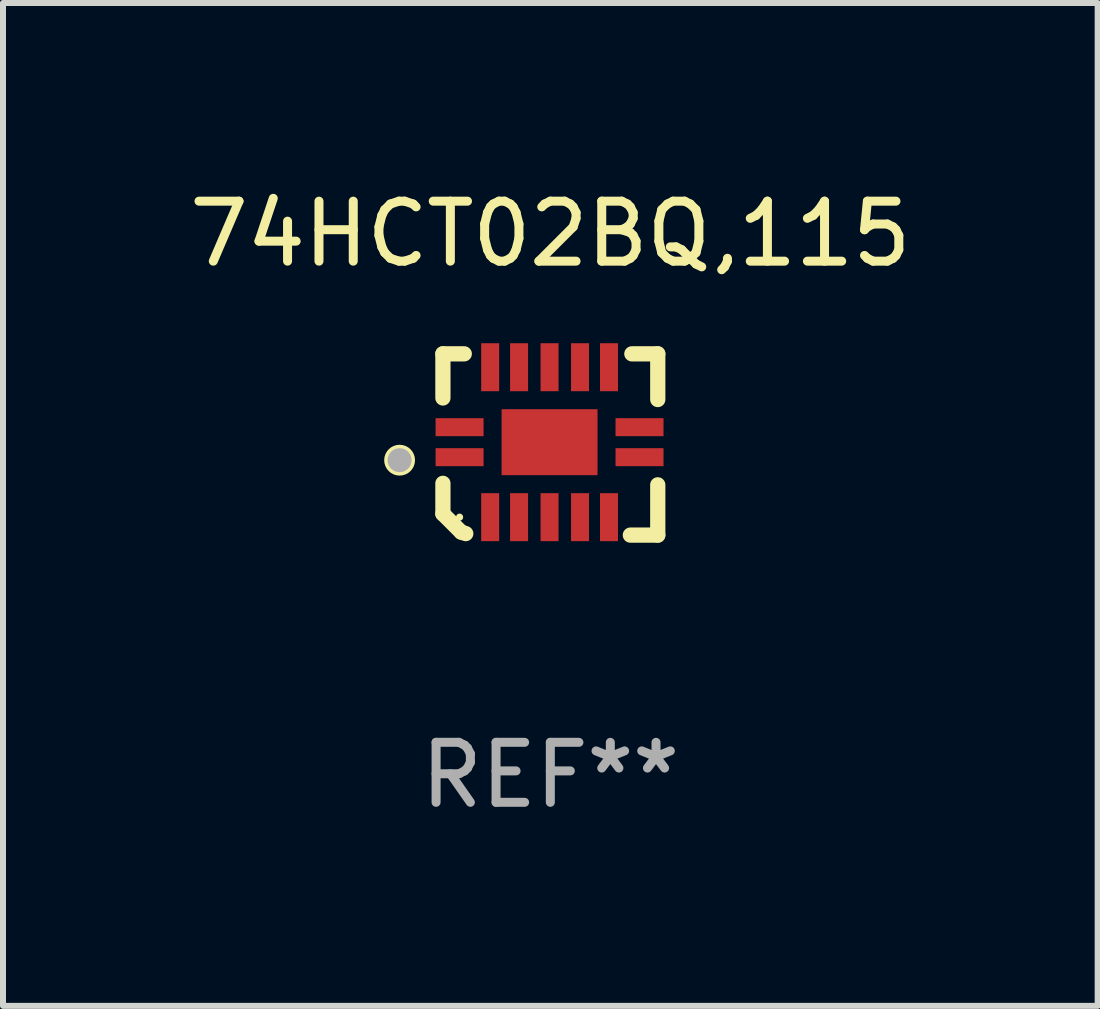
<source format=kicad_pcb>
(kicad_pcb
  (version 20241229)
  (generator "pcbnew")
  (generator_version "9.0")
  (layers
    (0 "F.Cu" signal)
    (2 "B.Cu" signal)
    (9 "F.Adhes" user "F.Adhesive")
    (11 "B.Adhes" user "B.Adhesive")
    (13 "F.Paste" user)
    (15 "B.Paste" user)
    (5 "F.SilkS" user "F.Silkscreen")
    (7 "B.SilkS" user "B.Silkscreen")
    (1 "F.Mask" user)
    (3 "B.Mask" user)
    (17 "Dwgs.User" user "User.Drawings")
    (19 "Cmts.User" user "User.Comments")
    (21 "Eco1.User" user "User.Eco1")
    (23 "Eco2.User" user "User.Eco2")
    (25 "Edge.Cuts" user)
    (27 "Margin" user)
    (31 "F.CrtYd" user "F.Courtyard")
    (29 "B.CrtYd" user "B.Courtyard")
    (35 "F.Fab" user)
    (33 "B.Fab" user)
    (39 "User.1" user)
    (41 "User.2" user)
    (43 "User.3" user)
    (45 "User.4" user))
  (footprint "74HCT02BQ,115"
    (layer "F.Cu")
    (at 6.125 4.36)
    (property "Reference" "74HCT02BQ,115" (at 0 -3.511 0) (layer "F.SilkS") (effects (font (size 1 1) (thickness 0.15))))
    (attr through_hole)
    (fp_line (start -1.791 -1.511) (end -1.435 -1.511) (stroke (width 0.254) (type solid)) (layer "F.SilkS"))
    (fp_line (start -1.791 -0.775) (end -1.791 -1.511) (stroke (width 0.254) (type solid)) (layer "F.SilkS"))
    (fp_line (start -1.791 1.156) (end -1.791 0.648) (stroke (width 0.254) (type solid)) (layer "F.SilkS"))
    (fp_line (start -1.486 1.461) (end -1.791 1.156) (stroke (width 0.254) (type solid)) (layer "F.SilkS"))
    (fp_line (start -1.41 1.486) (end -1.486 1.461) (stroke (width 0.254) (type solid)) (layer "F.SilkS"))
    (fp_line (start 1.334 1.511) (end 1.791 1.511) (stroke (width 0.254) (type solid)) (layer "F.SilkS"))
    (fp_line (start 1.791 -1.511) (end 1.359 -1.511) (stroke (width 0.254) (type solid)) (layer "F.SilkS"))
    (fp_line (start 1.791 -0.749) (end 1.791 -1.511) (stroke (width 0.254) (type solid)) (layer "F.SilkS"))
    (fp_line (start 1.791 1.511) (end 1.791 0.673) (stroke (width 0.254) (type solid)) (layer "F.SilkS"))
    (fp_circle (center -2.513 0.262) (end -2.383 0.262) (stroke (width 0.254) (type solid)) (fill no) (layer "F.SilkS"))
    (fp_circle (center -1.513 1.212) (end -1.483 1.212) (stroke (width 0.06) (type solid)) (fill no) (layer "F.SilkS"))
    (fp_circle (center -2.513 0.262) (end -2.413 0.262) (stroke (width 0.2) (type solid)) (fill no) (layer "F.Fab"))
    (fp_text user "REF**" (at 0 5.511 0) (layer "F.Fab") (effects (font (size 1 1) (thickness 0.15))))
    (pad "1" smd rect (at -1.513 0.212) (size 0.8 0.3) (layers "F.Cu" "F.Mask" "F.Paste"))
    (pad "2" smd rect (at -1.003 1.212) (size 0.3 0.8) (layers "F.Cu" "F.Mask" "F.Paste"))
    (pad "3" smd rect (at -0.521 1.212) (size 0.3 0.8) (layers "F.Cu" "F.Mask" "F.Paste"))
    (pad "4" smd rect (at -0.013 1.212) (size 0.3 0.8) (layers "F.Cu" "F.Mask" "F.Paste"))
    (pad "5" smd rect (at 0.495 1.212) (size 0.3 0.8) (layers "F.Cu" "F.Mask" "F.Paste"))
    (pad "6" smd rect (at 0.978 1.212) (size 0.3 0.8) (layers "F.Cu" "F.Mask" "F.Paste"))
    (pad "7" smd rect (at 1.487 0.212) (size 0.8 0.3) (layers "F.Cu" "F.Mask" "F.Paste"))
    (pad "8" smd rect (at 1.487 -0.288) (size 0.8 0.3) (layers "F.Cu" "F.Mask" "F.Paste"))
    (pad "9" smd rect (at 0.978 -1.288) (size 0.3 0.8) (layers "F.Cu" "F.Mask" "F.Paste"))
    (pad "10" smd rect (at 0.495 -1.288) (size 0.3 0.8) (layers "F.Cu" "F.Mask" "F.Paste"))
    (pad "11" smd rect (at -0.013 -1.288) (size 0.3 0.8) (layers "F.Cu" "F.Mask" "F.Paste"))
    (pad "12" smd rect (at -0.521 -1.288) (size 0.3 0.8) (layers "F.Cu" "F.Mask" "F.Paste"))
    (pad "13" smd rect (at -1.003 -1.288) (size 0.3 0.8) (layers "F.Cu" "F.Mask" "F.Paste"))
    (pad "14" smd rect (at -1.513 -0.288) (size 0.8 0.3) (layers "F.Cu" "F.Mask" "F.Paste"))
    (pad "15" smd rect (at -0.013 -0.038 90) (size 1.1 1.6) (layers "F.Cu" "F.Mask" "F.Paste")))
  (gr_rect
    (start -3 -3)
    (end 15.25 13.719)
    (stroke (width 0.1) (type default))
    (fill no)
    (layer "Edge.Cuts")))
</source>
